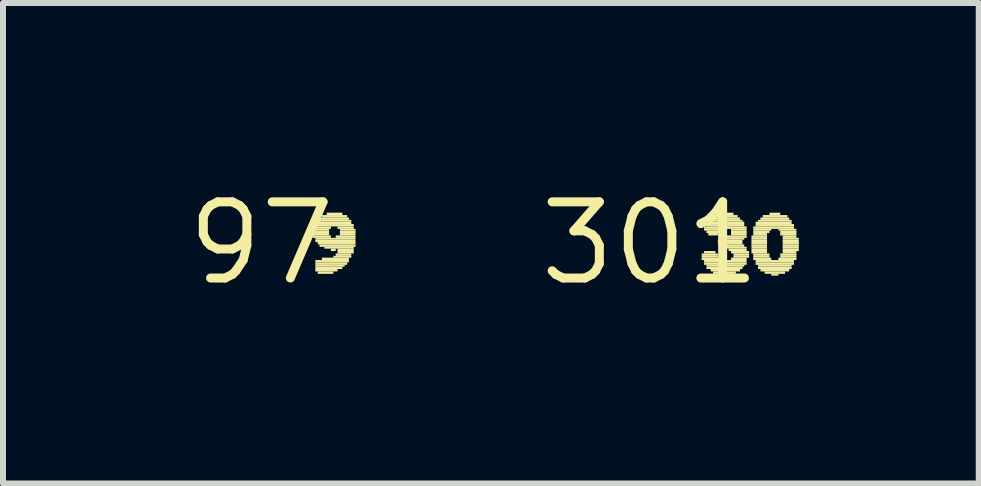
<source format=kicad_pcb>
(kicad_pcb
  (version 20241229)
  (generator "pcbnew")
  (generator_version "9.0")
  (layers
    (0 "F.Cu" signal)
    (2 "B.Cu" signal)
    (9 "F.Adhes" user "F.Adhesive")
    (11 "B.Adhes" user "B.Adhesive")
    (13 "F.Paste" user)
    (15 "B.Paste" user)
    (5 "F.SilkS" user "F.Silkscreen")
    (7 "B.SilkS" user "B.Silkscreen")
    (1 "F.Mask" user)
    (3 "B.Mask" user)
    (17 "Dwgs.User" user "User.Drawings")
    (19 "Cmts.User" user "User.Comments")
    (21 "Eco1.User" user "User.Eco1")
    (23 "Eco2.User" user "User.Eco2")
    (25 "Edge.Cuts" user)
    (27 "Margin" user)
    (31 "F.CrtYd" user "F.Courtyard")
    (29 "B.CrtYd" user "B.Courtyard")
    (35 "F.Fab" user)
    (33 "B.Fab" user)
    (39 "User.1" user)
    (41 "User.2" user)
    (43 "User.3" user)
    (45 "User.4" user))
  (footprint "97"
    (layer "F.Cu")
    (at 1.308 1.006)
    (property "Reference" "97" (at 0 0 0) (layer "F.SilkS") (effects (font (size 1.27 1.27) (thickness 0.15))))
    (fp_poly (pts (xy 0.86 -0.21) (xy 1.13 -0.21) (xy 1.13 -0.24) (xy 0.86 -0.24)) (stroke (width 0) (type solid)) (fill yes) (layer "F.SilkS"))
    (fp_poly (pts (xy 0.86 -0.17) (xy 1.13 -0.17) (xy 1.13 -0.21) (xy 0.86 -0.21)) (stroke (width 0) (type solid)) (fill yes) (layer "F.SilkS"))
    (fp_poly (pts (xy 0.86 -0.13) (xy 1.13 -0.13) (xy 1.13 -0.17) (xy 0.86 -0.17)) (stroke (width 0) (type solid)) (fill yes) (layer "F.SilkS"))
    (fp_poly (pts (xy 0.86 -0.09) (xy 1.16 -0.09) (xy 1.16 -0.13) (xy 0.86 -0.13)) (stroke (width 0) (type solid)) (fill yes) (layer "F.SilkS"))
    (fp_poly (pts (xy 0.9 -0.32) (xy 1.5 -0.32) (xy 1.5 -0.36) (xy 0.9 -0.36)) (stroke (width 0) (type solid)) (fill yes) (layer "F.SilkS"))
    (fp_poly (pts (xy 0.9 -0.28) (xy 1.54 -0.28) (xy 1.54 -0.32) (xy 0.9 -0.32)) (stroke (width 0) (type solid)) (fill yes) (layer "F.SilkS"))
    (fp_poly (pts (xy 0.9 -0.24) (xy 1.16 -0.24) (xy 1.16 -0.28) (xy 0.9 -0.28)) (stroke (width 0) (type solid)) (fill yes) (layer "F.SilkS"))
    (fp_poly (pts (xy 0.9 -0.06) (xy 1.57 -0.06) (xy 1.57 -0.09) (xy 0.9 -0.09)) (stroke (width 0) (type solid)) (fill yes) (layer "F.SilkS"))
    (fp_poly (pts (xy 0.9 -0.02) (xy 1.57 -0.02) (xy 1.57 -0.06) (xy 0.9 -0.06)) (stroke (width 0) (type solid)) (fill yes) (layer "F.SilkS"))
    (fp_poly (pts (xy 0.9 0.32) (xy 1.46 0.32) (xy 1.46 0.28) (xy 0.9 0.28)) (stroke (width 0) (type solid)) (fill yes) (layer "F.SilkS"))
    (fp_poly (pts (xy 0.9 0.36) (xy 1.43 0.36) (xy 1.43 0.32) (xy 0.9 0.32)) (stroke (width 0) (type solid)) (fill yes) (layer "F.SilkS"))
    (fp_poly (pts (xy 0.9 0.39) (xy 1.39 0.39) (xy 1.39 0.36) (xy 0.9 0.36)) (stroke (width 0) (type solid)) (fill yes) (layer "F.SilkS"))
    (fp_poly (pts (xy 0.9 0.43) (xy 1.35 0.43) (xy 1.35 0.39) (xy 0.9 0.39)) (stroke (width 0) (type solid)) (fill yes) (layer "F.SilkS"))
    (fp_poly (pts (xy 0.9 0.47) (xy 1.27 0.47) (xy 1.27 0.43) (xy 0.9 0.43)) (stroke (width 0) (type solid)) (fill yes) (layer "F.SilkS"))
    (fp_poly (pts (xy 0.94 -0.36) (xy 1.5 -0.36) (xy 1.5 -0.39) (xy 0.94 -0.39)) (stroke (width 0) (type solid)) (fill yes) (layer "F.SilkS"))
    (fp_poly (pts (xy 0.94 0.02) (xy 1.57 0.02) (xy 1.57 -0.02) (xy 0.94 -0.02)) (stroke (width 0) (type solid)) (fill yes) (layer "F.SilkS"))
    (fp_poly (pts (xy 0.94 0.51) (xy 1.2 0.51) (xy 1.2 0.47) (xy 0.94 0.47)) (stroke (width 0) (type solid)) (fill yes) (layer "F.SilkS"))
    (fp_poly (pts (xy 0.97 -0.39) (xy 1.46 -0.39) (xy 1.46 -0.43) (xy 0.97 -0.43)) (stroke (width 0) (type solid)) (fill yes) (layer "F.SilkS"))
    (fp_poly (pts (xy 0.97 0.06) (xy 1.57 0.06) (xy 1.57 0.02) (xy 0.97 0.02)) (stroke (width 0) (type solid)) (fill yes) (layer "F.SilkS"))
    (fp_poly (pts (xy 1.01 -0.43) (xy 1.43 -0.43) (xy 1.43 -0.47) (xy 1.01 -0.47)) (stroke (width 0) (type solid)) (fill yes) (layer "F.SilkS"))
    (fp_poly (pts (xy 1.01 0.28) (xy 1.46 0.28) (xy 1.46 0.24) (xy 1.01 0.24)) (stroke (width 0) (type solid)) (fill yes) (layer "F.SilkS"))
    (fp_poly (pts (xy 1.05 0.09) (xy 1.54 0.09) (xy 1.54 0.06) (xy 1.05 0.06)) (stroke (width 0) (type solid)) (fill yes) (layer "F.SilkS"))
    (fp_poly (pts (xy 1.09 -0.47) (xy 1.35 -0.47) (xy 1.35 -0.51) (xy 1.09 -0.51)) (stroke (width 0) (type solid)) (fill yes) (layer "F.SilkS"))
    (fp_poly (pts (xy 1.16 0.13) (xy 1.24 0.13) (xy 1.24 0.09) (xy 1.16 0.09)) (stroke (width 0) (type solid)) (fill yes) (layer "F.SilkS"))
    (fp_poly (pts (xy 1.2 0.24) (xy 1.5 0.24) (xy 1.5 0.21) (xy 1.2 0.21)) (stroke (width 0) (type solid)) (fill yes) (layer "F.SilkS"))
    (fp_poly (pts (xy 1.24 -0.09) (xy 1.57 -0.09) (xy 1.57 -0.13) (xy 1.24 -0.13)) (stroke (width 0) (type solid)) (fill yes) (layer "F.SilkS"))
    (fp_poly (pts (xy 1.24 0.21) (xy 1.5 0.21) (xy 1.5 0.17) (xy 1.24 0.17)) (stroke (width 0) (type solid)) (fill yes) (layer "F.SilkS"))
    (fp_poly (pts (xy 1.27 -0.24) (xy 1.54 -0.24) (xy 1.54 -0.28) (xy 1.27 -0.28)) (stroke (width 0) (type solid)) (fill yes) (layer "F.SilkS"))
    (fp_poly (pts (xy 1.27 0.13) (xy 1.54 0.13) (xy 1.54 0.09) (xy 1.27 0.09)) (stroke (width 0) (type solid)) (fill yes) (layer "F.SilkS"))
    (fp_poly (pts (xy 1.27 0.17) (xy 1.54 0.17) (xy 1.54 0.13) (xy 1.27 0.13)) (stroke (width 0) (type solid)) (fill yes) (layer "F.SilkS"))
    (fp_poly (pts (xy 1.31 -0.21) (xy 1.57 -0.21) (xy 1.57 -0.24) (xy 1.31 -0.24)) (stroke (width 0) (type solid)) (fill yes) (layer "F.SilkS"))
    (fp_poly (pts (xy 1.31 -0.17) (xy 1.57 -0.17) (xy 1.57 -0.21) (xy 1.31 -0.21)) (stroke (width 0) (type solid)) (fill yes) (layer "F.SilkS"))
    (fp_poly (pts (xy 1.31 -0.13) (xy 1.57 -0.13) (xy 1.57 -0.17) (xy 1.31 -0.17)) (stroke (width 0) (type solid)) (fill yes) (layer "F.SilkS")))
  (footprint "301"
    (layer "F.Cu")
    (at 7.79 1.006)
    (property "Reference" "301" (at 0 0 0) (layer "F.SilkS") (effects (font (size 1.27 1.27) (thickness 0.15))))
    (fp_poly (pts (xy 0.86 0.21) (xy 1.13 0.21) (xy 1.13 0.17) (xy 0.86 0.17)) (stroke (width 0) (type solid)) (fill yes) (layer "F.SilkS"))
    (fp_poly (pts (xy 0.86 0.24) (xy 1.13 0.24) (xy 1.13 0.21) (xy 0.86 0.21)) (stroke (width 0) (type solid)) (fill yes) (layer "F.SilkS"))
    (fp_poly (pts (xy 0.86 0.28) (xy 1.16 0.28) (xy 1.16 0.24) (xy 0.86 0.24)) (stroke (width 0) (type solid)) (fill yes) (layer "F.SilkS"))
    (fp_poly (pts (xy 0.9 -0.24) (xy 1.61 -0.24) (xy 1.61 -0.28) (xy 0.9 -0.28)) (stroke (width 0) (type solid)) (fill yes) (layer "F.SilkS"))
    (fp_poly (pts (xy 0.9 -0.21) (xy 1.16 -0.21) (xy 1.16 -0.24) (xy 0.9 -0.24)) (stroke (width 0) (type solid)) (fill yes) (layer "F.SilkS"))
    (fp_poly (pts (xy 0.9 0.17) (xy 1.09 0.17) (xy 1.09 0.13) (xy 0.9 0.13)) (stroke (width 0) (type solid)) (fill yes) (layer "F.SilkS"))
    (fp_poly (pts (xy 0.9 0.32) (xy 1.61 0.32) (xy 1.61 0.28) (xy 0.9 0.28)) (stroke (width 0) (type solid)) (fill yes) (layer "F.SilkS"))
    (fp_poly (pts (xy 0.9 0.36) (xy 1.61 0.36) (xy 1.61 0.32) (xy 0.9 0.32)) (stroke (width 0) (type solid)) (fill yes) (layer "F.SilkS"))
    (fp_poly (pts (xy 0.94 -0.32) (xy 1.57 -0.32) (xy 1.57 -0.36) (xy 0.94 -0.36)) (stroke (width 0) (type solid)) (fill yes) (layer "F.SilkS"))
    (fp_poly (pts (xy 0.94 -0.28) (xy 1.57 -0.28) (xy 1.57 -0.32) (xy 0.94 -0.32)) (stroke (width 0) (type solid)) (fill yes) (layer "F.SilkS"))
    (fp_poly (pts (xy 0.94 -0.17) (xy 1.16 -0.17) (xy 1.16 -0.21) (xy 0.94 -0.21)) (stroke (width 0) (type solid)) (fill yes) (layer "F.SilkS"))
    (fp_poly (pts (xy 0.94 0.39) (xy 1.57 0.39) (xy 1.57 0.36) (xy 0.94 0.36)) (stroke (width 0) (type solid)) (fill yes) (layer "F.SilkS"))
    (fp_poly (pts (xy 0.94 0.43) (xy 1.54 0.43) (xy 1.54 0.39) (xy 0.94 0.39)) (stroke (width 0) (type solid)) (fill yes) (layer "F.SilkS"))
    (fp_poly (pts (xy 0.97 -0.36) (xy 1.54 -0.36) (xy 1.54 -0.39) (xy 0.97 -0.39)) (stroke (width 0) (type solid)) (fill yes) (layer "F.SilkS"))
    (fp_poly (pts (xy 0.97 -0.13) (xy 1.13 -0.13) (xy 1.13 -0.17) (xy 0.97 -0.17)) (stroke (width 0) (type solid)) (fill yes) (layer "F.SilkS"))
    (fp_poly (pts (xy 1.01 -0.39) (xy 1.5 -0.39) (xy 1.5 -0.43) (xy 1.01 -0.43)) (stroke (width 0) (type solid)) (fill yes) (layer "F.SilkS"))
    (fp_poly (pts (xy 1.01 0.47) (xy 1.5 0.47) (xy 1.5 0.43) (xy 1.01 0.43)) (stroke (width 0) (type solid)) (fill yes) (layer "F.SilkS"))
    (fp_poly (pts (xy 1.05 -0.43) (xy 1.46 -0.43) (xy 1.46 -0.47) (xy 1.05 -0.47)) (stroke (width 0) (type solid)) (fill yes) (layer "F.SilkS"))
    (fp_poly (pts (xy 1.05 0.51) (xy 1.43 0.51) (xy 1.43 0.47) (xy 1.05 0.47)) (stroke (width 0) (type solid)) (fill yes) (layer "F.SilkS"))
    (fp_poly (pts (xy 1.13 -0.47) (xy 1.39 -0.47) (xy 1.39 -0.51) (xy 1.13 -0.51)) (stroke (width 0) (type solid)) (fill yes) (layer "F.SilkS"))
    (fp_poly (pts (xy 1.13 -0.02) (xy 1.54 -0.02) (xy 1.54 -0.06) (xy 1.13 -0.06)) (stroke (width 0) (type solid)) (fill yes) (layer "F.SilkS"))
    (fp_poly (pts (xy 1.13 0.02) (xy 1.54 0.02) (xy 1.54 -0.02) (xy 1.13 -0.02)) (stroke (width 0) (type solid)) (fill yes) (layer "F.SilkS"))
    (fp_poly (pts (xy 1.16 -0.09) (xy 1.61 -0.09) (xy 1.61 -0.13) (xy 1.16 -0.13)) (stroke (width 0) (type solid)) (fill yes) (layer "F.SilkS"))
    (fp_poly (pts (xy 1.16 -0.06) (xy 1.57 -0.06) (xy 1.57 -0.09) (xy 1.16 -0.09)) (stroke (width 0) (type solid)) (fill yes) (layer "F.SilkS"))
    (fp_poly (pts (xy 1.16 0.06) (xy 1.57 0.06) (xy 1.57 0.02) (xy 1.16 0.02)) (stroke (width 0) (type solid)) (fill yes) (layer "F.SilkS"))
    (fp_poly (pts (xy 1.16 0.09) (xy 1.61 0.09) (xy 1.61 0.06) (xy 1.16 0.06)) (stroke (width 0) (type solid)) (fill yes) (layer "F.SilkS"))
    (fp_poly (pts (xy 1.2 0.54) (xy 1.31 0.54) (xy 1.31 0.51) (xy 1.2 0.51)) (stroke (width 0) (type solid)) (fill yes) (layer "F.SilkS"))
    (fp_poly (pts (xy 1.31 0.13) (xy 1.61 0.13) (xy 1.61 0.09) (xy 1.31 0.09)) (stroke (width 0) (type solid)) (fill yes) (layer "F.SilkS"))
    (fp_poly (pts (xy 1.35 -0.21) (xy 1.61 -0.21) (xy 1.61 -0.24) (xy 1.35 -0.24)) (stroke (width 0) (type solid)) (fill yes) (layer "F.SilkS"))
    (fp_poly (pts (xy 1.35 -0.17) (xy 1.61 -0.17) (xy 1.61 -0.21) (xy 1.35 -0.21)) (stroke (width 0) (type solid)) (fill yes) (layer "F.SilkS"))
    (fp_poly (pts (xy 1.35 -0.13) (xy 1.61 -0.13) (xy 1.61 -0.17) (xy 1.35 -0.17)) (stroke (width 0) (type solid)) (fill yes) (layer "F.SilkS"))
    (fp_poly (pts (xy 1.35 0.17) (xy 1.65 0.17) (xy 1.65 0.13) (xy 1.35 0.13)) (stroke (width 0) (type solid)) (fill yes) (layer "F.SilkS"))
    (fp_poly (pts (xy 1.35 0.28) (xy 1.61 0.28) (xy 1.61 0.24) (xy 1.35 0.24)) (stroke (width 0) (type solid)) (fill yes) (layer "F.SilkS"))
    (fp_poly (pts (xy 1.39 0.21) (xy 1.65 0.21) (xy 1.65 0.17) (xy 1.39 0.17)) (stroke (width 0) (type solid)) (fill yes) (layer "F.SilkS"))
    (fp_poly (pts (xy 1.39 0.24) (xy 1.65 0.24) (xy 1.65 0.21) (xy 1.39 0.21)) (stroke (width 0) (type solid)) (fill yes) (layer "F.SilkS"))
    (fp_poly (pts (xy 1.69 -0.09) (xy 1.95 -0.09) (xy 1.95 -0.13) (xy 1.69 -0.13)) (stroke (width 0) (type solid)) (fill yes) (layer "F.SilkS"))
    (fp_poly (pts (xy 1.69 -0.06) (xy 1.95 -0.06) (xy 1.95 -0.09) (xy 1.69 -0.09)) (stroke (width 0) (type solid)) (fill yes) (layer "F.SilkS"))
    (fp_poly (pts (xy 1.69 -0.02) (xy 1.95 -0.02) (xy 1.95 -0.06) (xy 1.69 -0.06)) (stroke (width 0) (type solid)) (fill yes) (layer "F.SilkS"))
    (fp_poly (pts (xy 1.69 0.02) (xy 1.95 0.02) (xy 1.95 -0.02) (xy 1.69 -0.02)) (stroke (width 0) (type solid)) (fill yes) (layer "F.SilkS"))
    (fp_poly (pts (xy 1.69 0.06) (xy 1.95 0.06) (xy 1.95 0.02) (xy 1.69 0.02)) (stroke (width 0) (type solid)) (fill yes) (layer "F.SilkS"))
    (fp_poly (pts (xy 1.69 0.09) (xy 1.95 0.09) (xy 1.95 0.06) (xy 1.69 0.06)) (stroke (width 0) (type solid)) (fill yes) (layer "F.SilkS"))
    (fp_poly (pts (xy 1.69 0.13) (xy 1.95 0.13) (xy 1.95 0.09) (xy 1.69 0.09)) (stroke (width 0) (type solid)) (fill yes) (layer "F.SilkS"))
    (fp_poly (pts (xy 1.69 0.17) (xy 1.95 0.17) (xy 1.95 0.13) (xy 1.69 0.13)) (stroke (width 0) (type solid)) (fill yes) (layer "F.SilkS"))
    (fp_poly (pts (xy 1.72 -0.24) (xy 2.4 -0.24) (xy 2.4 -0.28) (xy 1.72 -0.28)) (stroke (width 0) (type solid)) (fill yes) (layer "F.SilkS"))
    (fp_poly (pts (xy 1.72 -0.21) (xy 2.02 -0.21) (xy 2.02 -0.24) (xy 1.72 -0.24)) (stroke (width 0) (type solid)) (fill yes) (layer "F.SilkS"))
    (fp_poly (pts (xy 1.72 -0.17) (xy 1.99 -0.17) (xy 1.99 -0.21) (xy 1.72 -0.21)) (stroke (width 0) (type solid)) (fill yes) (layer "F.SilkS"))
    (fp_poly (pts (xy 1.72 -0.13) (xy 1.95 -0.13) (xy 1.95 -0.17) (xy 1.72 -0.17)) (stroke (width 0) (type solid)) (fill yes) (layer "F.SilkS"))
    (fp_poly (pts (xy 1.72 0.21) (xy 1.99 0.21) (xy 1.99 0.17) (xy 1.72 0.17)) (stroke (width 0) (type solid)) (fill yes) (layer "F.SilkS"))
    (fp_poly (pts (xy 1.72 0.24) (xy 1.99 0.24) (xy 1.99 0.21) (xy 1.72 0.21)) (stroke (width 0) (type solid)) (fill yes) (layer "F.SilkS"))
    (fp_poly (pts (xy 1.72 0.28) (xy 2.02 0.28) (xy 2.02 0.24) (xy 1.72 0.24)) (stroke (width 0) (type solid)) (fill yes) (layer "F.SilkS"))
    (fp_poly (pts (xy 1.76 -0.32) (xy 2.36 -0.32) (xy 2.36 -0.36) (xy 1.76 -0.36)) (stroke (width 0) (type solid)) (fill yes) (layer "F.SilkS"))
    (fp_poly (pts (xy 1.76 -0.28) (xy 2.4 -0.28) (xy 2.4 -0.32) (xy 1.76 -0.32)) (stroke (width 0) (type solid)) (fill yes) (layer "F.SilkS"))
    (fp_poly (pts (xy 1.76 0.32) (xy 2.4 0.32) (xy 2.4 0.28) (xy 1.76 0.28)) (stroke (width 0) (type solid)) (fill yes) (layer "F.SilkS"))
    (fp_poly (pts (xy 1.76 0.36) (xy 2.4 0.36) (xy 2.4 0.32) (xy 1.76 0.32)) (stroke (width 0) (type solid)) (fill yes) (layer "F.SilkS"))
    (fp_poly (pts (xy 1.8 -0.36) (xy 2.36 -0.36) (xy 2.36 -0.39) (xy 1.8 -0.39)) (stroke (width 0) (type solid)) (fill yes) (layer "F.SilkS"))
    (fp_poly (pts (xy 1.8 0.39) (xy 2.36 0.39) (xy 2.36 0.36) (xy 1.8 0.36)) (stroke (width 0) (type solid)) (fill yes) (layer "F.SilkS"))
    (fp_poly (pts (xy 1.8 0.43) (xy 2.36 0.43) (xy 2.36 0.39) (xy 1.8 0.39)) (stroke (width 0) (type solid)) (fill yes) (layer "F.SilkS"))
    (fp_poly (pts (xy 1.84 -0.39) (xy 2.32 -0.39) (xy 2.32 -0.43) (xy 1.84 -0.43)) (stroke (width 0) (type solid)) (fill yes) (layer "F.SilkS"))
    (fp_poly (pts (xy 1.84 0.47) (xy 2.32 0.47) (xy 2.32 0.43) (xy 1.84 0.43)) (stroke (width 0) (type solid)) (fill yes) (layer "F.SilkS"))
    (fp_poly (pts (xy 1.88 -0.43) (xy 2.29 -0.43) (xy 2.29 -0.47) (xy 1.88 -0.47)) (stroke (width 0) (type solid)) (fill yes) (layer "F.SilkS"))
    (fp_poly (pts (xy 1.91 0.51) (xy 2.25 0.51) (xy 2.25 0.47) (xy 1.91 0.47)) (stroke (width 0) (type solid)) (fill yes) (layer "F.SilkS"))
    (fp_poly (pts (xy 1.99 -0.47) (xy 2.17 -0.47) (xy 2.17 -0.51) (xy 1.99 -0.51)) (stroke (width 0) (type solid)) (fill yes) (layer "F.SilkS"))
    (fp_poly (pts (xy 2.02 0.54) (xy 2.14 0.54) (xy 2.14 0.51) (xy 2.02 0.51)) (stroke (width 0) (type solid)) (fill yes) (layer "F.SilkS"))
    (fp_poly (pts (xy 2.14 -0.21) (xy 2.44 -0.21) (xy 2.44 -0.24) (xy 2.14 -0.24)) (stroke (width 0) (type solid)) (fill yes) (layer "F.SilkS"))
    (fp_poly (pts (xy 2.14 0.28) (xy 2.44 0.28) (xy 2.44 0.24) (xy 2.14 0.24)) (stroke (width 0) (type solid)) (fill yes) (layer "F.SilkS"))
    (fp_poly (pts (xy 2.17 -0.17) (xy 2.44 -0.17) (xy 2.44 -0.21) (xy 2.17 -0.21)) (stroke (width 0) (type solid)) (fill yes) (layer "F.SilkS"))
    (fp_poly (pts (xy 2.17 -0.13) (xy 2.44 -0.13) (xy 2.44 -0.17) (xy 2.17 -0.17)) (stroke (width 0) (type solid)) (fill yes) (layer "F.SilkS"))
    (fp_poly (pts (xy 2.17 0.21) (xy 2.44 0.21) (xy 2.44 0.17) (xy 2.17 0.17)) (stroke (width 0) (type solid)) (fill yes) (layer "F.SilkS"))
    (fp_poly (pts (xy 2.17 0.24) (xy 2.44 0.24) (xy 2.44 0.21) (xy 2.17 0.21)) (stroke (width 0) (type solid)) (fill yes) (layer "F.SilkS"))
    (fp_poly (pts (xy 2.21 -0.09) (xy 2.44 -0.09) (xy 2.44 -0.13) (xy 2.21 -0.13)) (stroke (width 0) (type solid)) (fill yes) (layer "F.SilkS"))
    (fp_poly (pts (xy 2.21 -0.06) (xy 2.48 -0.06) (xy 2.48 -0.09) (xy 2.21 -0.09)) (stroke (width 0) (type solid)) (fill yes) (layer "F.SilkS"))
    (fp_poly (pts (xy 2.21 -0.02) (xy 2.48 -0.02) (xy 2.48 -0.06) (xy 2.21 -0.06)) (stroke (width 0) (type solid)) (fill yes) (layer "F.SilkS"))
    (fp_poly (pts (xy 2.21 0.02) (xy 2.48 0.02) (xy 2.48 -0.02) (xy 2.21 -0.02)) (stroke (width 0) (type solid)) (fill yes) (layer "F.SilkS"))
    (fp_poly (pts (xy 2.21 0.06) (xy 2.48 0.06) (xy 2.48 0.02) (xy 2.21 0.02)) (stroke (width 0) (type solid)) (fill yes) (layer "F.SilkS"))
    (fp_poly (pts (xy 2.21 0.09) (xy 2.48 0.09) (xy 2.48 0.06) (xy 2.21 0.06)) (stroke (width 0) (type solid)) (fill yes) (layer "F.SilkS"))
    (fp_poly (pts (xy 2.21 0.13) (xy 2.48 0.13) (xy 2.48 0.09) (xy 2.21 0.09)) (stroke (width 0) (type solid)) (fill yes) (layer "F.SilkS"))
    (fp_poly (pts (xy 2.21 0.17) (xy 2.44 0.17) (xy 2.44 0.13) (xy 2.21 0.13)) (stroke (width 0) (type solid)) (fill yes) (layer "F.SilkS")))
  (gr_rect
    (start -3 -3)
    (end 13.27 5.012)
    (stroke (width 0.1) (type default))
    (fill no)
    (layer "Edge.Cuts")))
</source>
